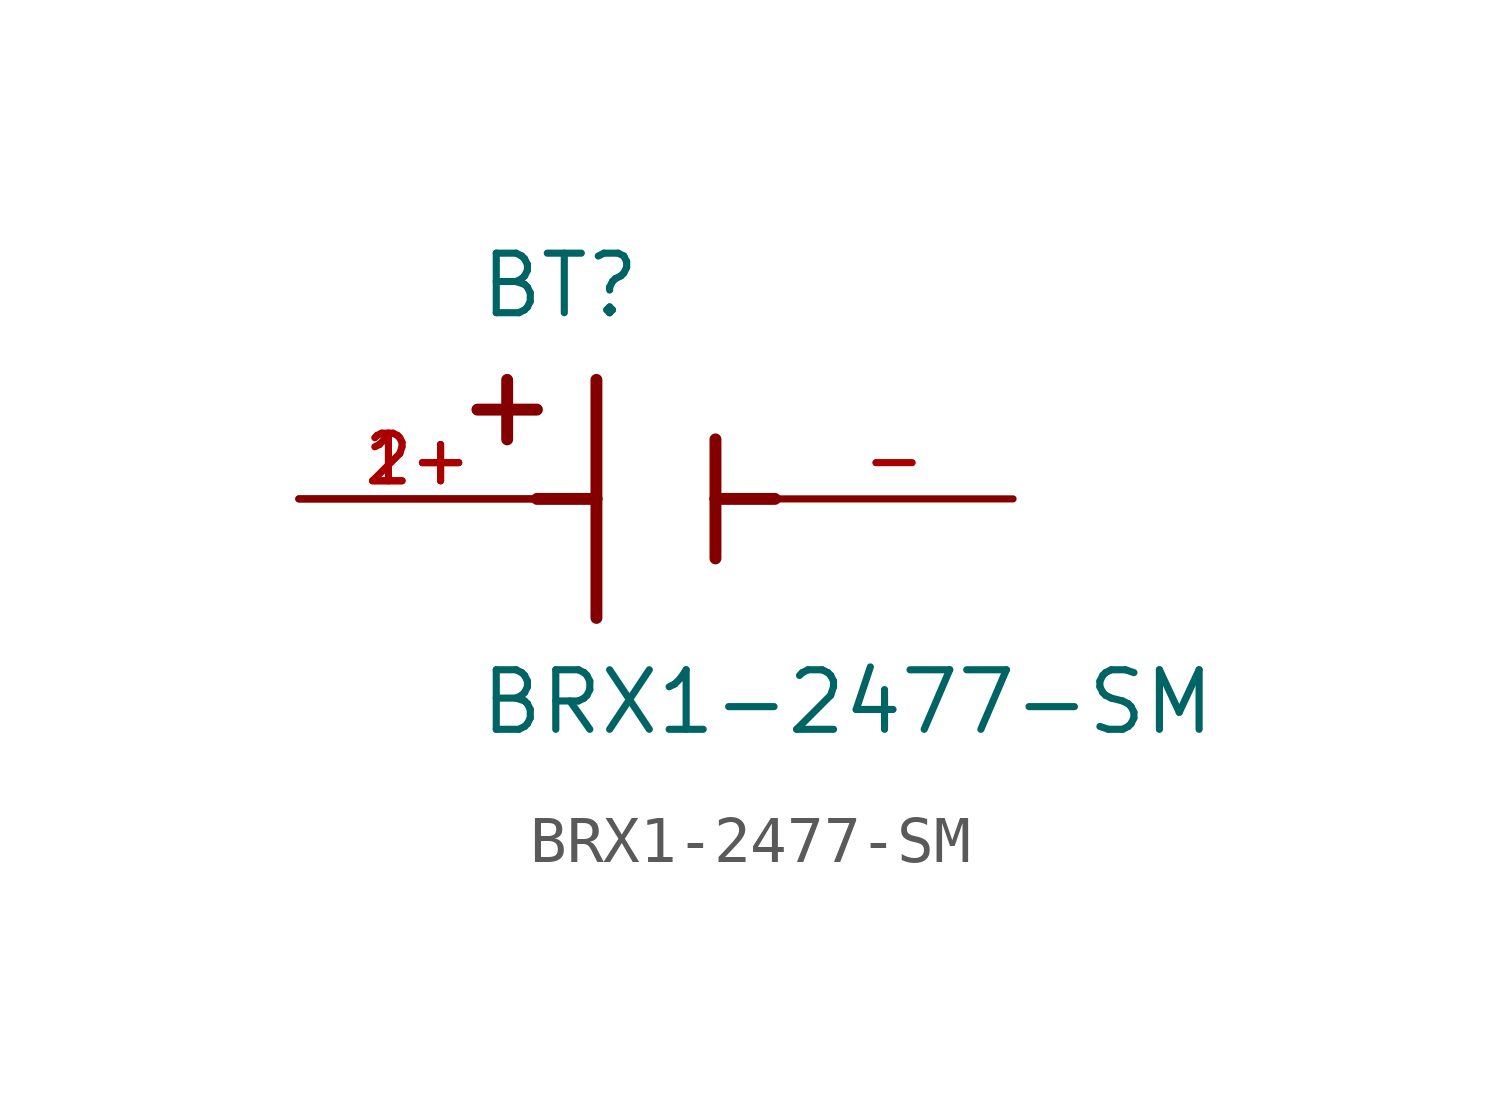
<source format=kicad_sym>
(kicad_symbol_lib
  (version 20211014)
  (generator kicad_symbol_editor)
  (symbol "BRX1-2477-SM"
    (pin_names
      (offset 1.016))
    (property "Reference" "BT"
      (at -3.81 3.81 0)
      (effects (font (size 1.27 1.27)) (justify bottom left)))
    (property "Value" "BRX1-2477-SM"
      (at -3.81 -5.08 0)
      (effects (font (size 1.27 1.27)) (justify bottom left)))
    (symbol "BRX1-2477-SM_0_0"
      (polyline (pts (xy -1.27 2.54) (xy -1.27 0.0)) (stroke (width 0.254)))
      (polyline (pts (xy -1.27 0.0) (xy -1.27 -2.54)) (stroke (width 0.254)))
      (polyline (pts (xy 1.27 1.27) (xy 1.27 0.0)) (stroke (width 0.254)))
      (polyline (pts (xy 1.27 0.0) (xy 1.27 -1.27)) (stroke (width 0.254)))
      (polyline (pts (xy -1.27 0.0) (xy -2.54 0.0)) (stroke (width 0.254)))
      (polyline (pts (xy 1.27 0.0) (xy 2.54 0.0)) (stroke (width 0.254)))
      (polyline (pts (xy -3.175 2.54) (xy -3.175 1.27)) (stroke (width 0.254)))
      (polyline (pts (xy -3.81 1.905) (xy -2.54 1.905)) (stroke (width 0.254)))
      (pin passive line (at -7.62 0.0 0) (length 5.08) (name "~" (effects (font (size 1.016 1.016)))) (number "1+" (effects (font (size 1.016 1.016)))))
      (pin passive line (at -7.62 0.0 0) (length 5.08) (name "~" (effects (font (size 1.016 1.016)))) (number "2+" (effects (font (size 1.016 1.016)))))
      (pin passive line (at 7.62 0.0 180.0) (length 5.08) (name "~" (effects (font (size 1.016 1.016)))) (number "-" (effects (font (size 1.016 1.016))))))))
</source>
